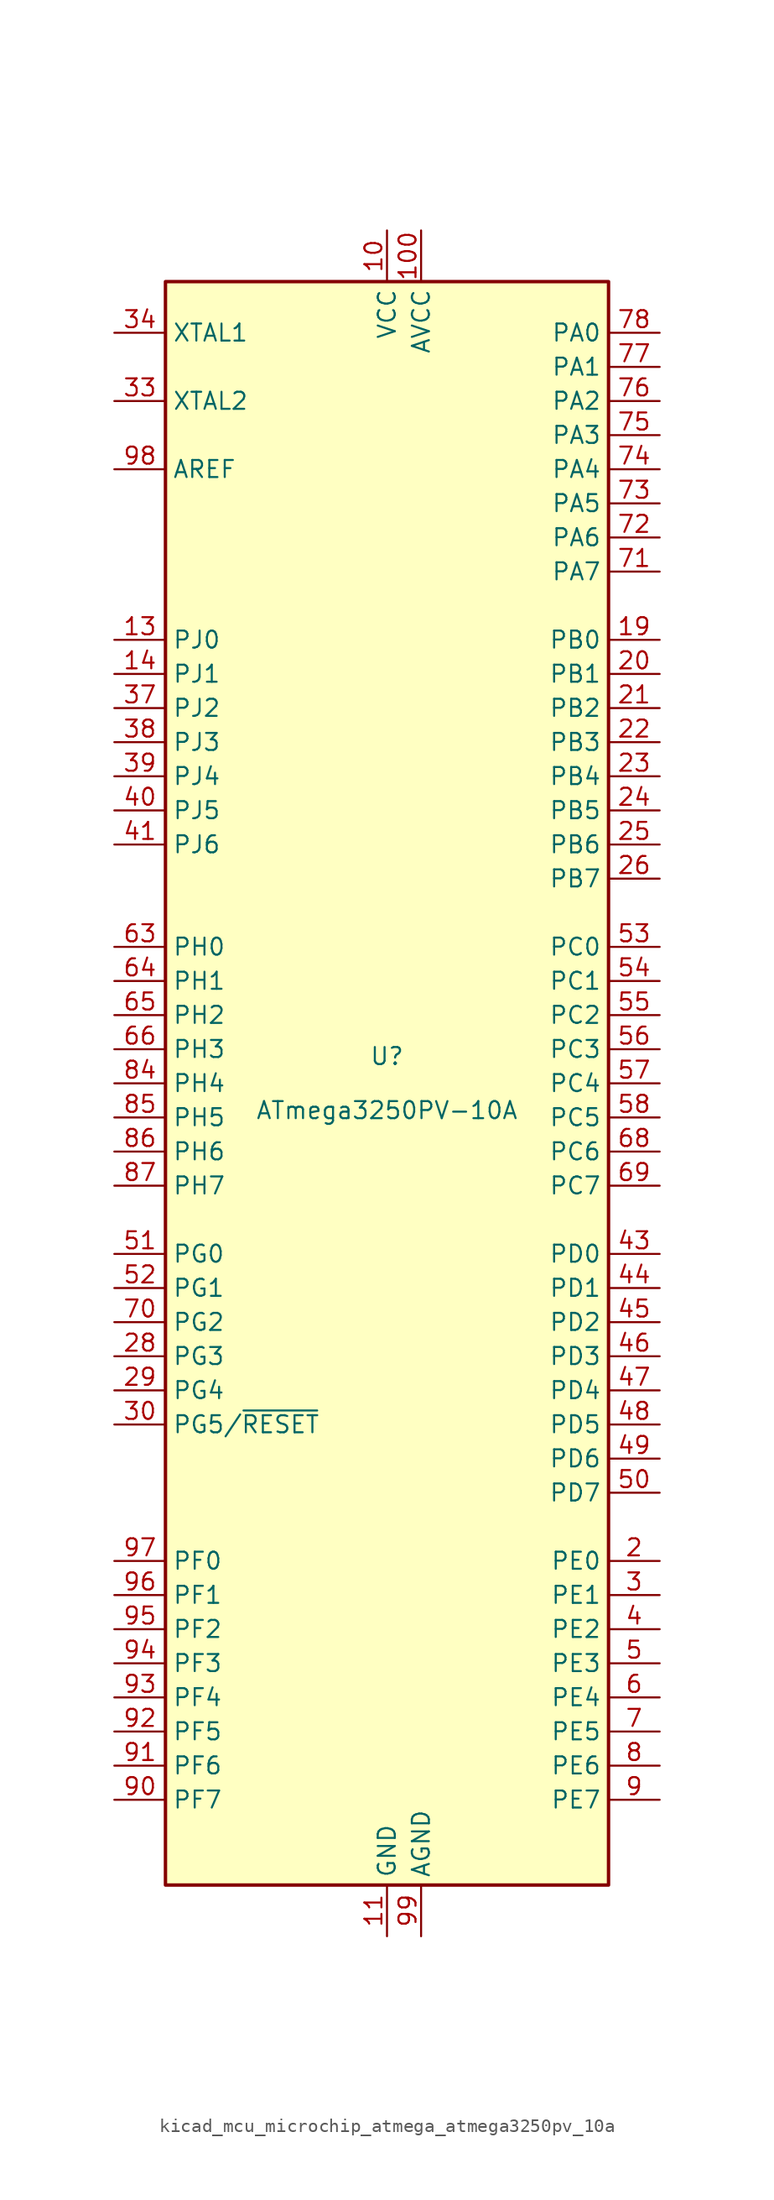
<source format=kicad_sym>
(kicad_symbol_lib
  (version 20220914)
  (generator kicad_symbol_editor)
  (symbol "kicad_mcu_microchip_atmega_atmega3250pv_10a"
    (property "Reference" "U"
      (at 0 1.27 0)
      (effects (font (size 1.27 1.27)) (justify bottom)))
    (property "Value" "ATmega3250PV-10A"
      (at 0 -1.27 0)
      (effects (font (size 1.27 1.27)) (justify top)))
    (symbol "kicad_mcu_microchip_atmega_atmega3250pv_10a_0_1"
      (rectangle (start -16.51 -59.69) (end 16.51 59.69) (stroke (width 0.254) (type default)) (fill (type background))))
    (symbol "kicad_mcu_microchip_atmega_atmega3250pv_10a_1_1"
      (pin no_connect line (at -15.24 40.64 0) (length 2.54) hide (name "NC" (effects (font (size 1.27 1.27)))) (number "1" (effects (font (size 1.27 1.27)))))
      (pin power_in line (at 0 63.5 270) (length 3.81) (name "VCC" (effects (font (size 1.27 1.27)))) (number "10" (effects (font (size 1.27 1.27)))))
      (pin power_in line (at 2.54 63.5 270) (length 3.81) (name "AVCC" (effects (font (size 1.27 1.27)))) (number "100" (effects (font (size 1.27 1.27)))))
      (pin power_in line (at 0 -63.5 90) (length 3.81) (name "GND" (effects (font (size 1.27 1.27)))) (number "11" (effects (font (size 1.27 1.27)))))
      (pin no_connect line (at -15.24 38.1 0) (length 2.54) hide (name "NC" (effects (font (size 1.27 1.27)))) (number "12" (effects (font (size 1.27 1.27)))))
      (pin bidirectional line (at -20.32 33.02 0) (length 3.81) (name "PJ0" (effects (font (size 1.27 1.27)))) (number "13" (effects (font (size 1.27 1.27)))))
      (pin bidirectional line (at -20.32 30.48 0) (length 3.81) (name "PJ1" (effects (font (size 1.27 1.27)))) (number "14" (effects (font (size 1.27 1.27)))))
      (pin no_connect line (at -15.24 35.56 0) (length 2.54) hide (name "NC" (effects (font (size 1.27 1.27)))) (number "15" (effects (font (size 1.27 1.27)))))
      (pin no_connect line (at -15.24 15.24 0) (length 2.54) hide (name "NC" (effects (font (size 1.27 1.27)))) (number "16" (effects (font (size 1.27 1.27)))))
      (pin no_connect line (at -15.24 12.7 0) (length 2.54) hide (name "NC" (effects (font (size 1.27 1.27)))) (number "17" (effects (font (size 1.27 1.27)))))
      (pin no_connect line (at -15.24 -10.16 0) (length 2.54) hide (name "NC" (effects (font (size 1.27 1.27)))) (number "18" (effects (font (size 1.27 1.27)))))
      (pin bidirectional line (at 20.32 33.02 180) (length 3.81) (name "PB0" (effects (font (size 1.27 1.27)))) (number "19" (effects (font (size 1.27 1.27)))))
      (pin bidirectional line (at 20.32 -35.56 180) (length 3.81) (name "PE0" (effects (font (size 1.27 1.27)))) (number "2" (effects (font (size 1.27 1.27)))))
      (pin bidirectional line (at 20.32 30.48 180) (length 3.81) (name "PB1" (effects (font (size 1.27 1.27)))) (number "20" (effects (font (size 1.27 1.27)))))
      (pin bidirectional line (at 20.32 27.94 180) (length 3.81) (name "PB2" (effects (font (size 1.27 1.27)))) (number "21" (effects (font (size 1.27 1.27)))))
      (pin bidirectional line (at 20.32 25.4 180) (length 3.81) (name "PB3" (effects (font (size 1.27 1.27)))) (number "22" (effects (font (size 1.27 1.27)))))
      (pin bidirectional line (at 20.32 22.86 180) (length 3.81) (name "PB4" (effects (font (size 1.27 1.27)))) (number "23" (effects (font (size 1.27 1.27)))))
      (pin bidirectional line (at 20.32 20.32 180) (length 3.81) (name "PB5" (effects (font (size 1.27 1.27)))) (number "24" (effects (font (size 1.27 1.27)))))
      (pin bidirectional line (at 20.32 17.78 180) (length 3.81) (name "PB6" (effects (font (size 1.27 1.27)))) (number "25" (effects (font (size 1.27 1.27)))))
      (pin bidirectional line (at 20.32 15.24 180) (length 3.81) (name "PB7" (effects (font (size 1.27 1.27)))) (number "26" (effects (font (size 1.27 1.27)))))
      (pin no_connect line (at -15.24 -27.94 0) (length 2.54) hide (name "NC" (effects (font (size 1.27 1.27)))) (number "27" (effects (font (size 1.27 1.27)))))
      (pin bidirectional line (at -20.32 -20.32 0) (length 3.81) (name "PG3" (effects (font (size 1.27 1.27)))) (number "28" (effects (font (size 1.27 1.27)))))
      (pin bidirectional line (at -20.32 -22.86 0) (length 3.81) (name "PG4" (effects (font (size 1.27 1.27)))) (number "29" (effects (font (size 1.27 1.27)))))
      (pin bidirectional line (at 20.32 -38.1 180) (length 3.81) (name "PE1" (effects (font (size 1.27 1.27)))) (number "3" (effects (font (size 1.27 1.27)))))
      (pin bidirectional line (at -20.32 -25.4 0) (length 3.81) (name "PG5/~{RESET}" (effects (font (size 1.27 1.27)))) (number "30" (effects (font (size 1.27 1.27)))))
      (pin passive line (at 0 63.5 270) (length 3.81) hide (name "VCC" (effects (font (size 1.27 1.27)))) (number "31" (effects (font (size 1.27 1.27)))))
      (pin passive line (at 0 -63.5 90) (length 3.81) hide (name "GND" (effects (font (size 1.27 1.27)))) (number "32" (effects (font (size 1.27 1.27)))))
      (pin output line (at -20.32 50.8 0) (length 3.81) (name "XTAL2" (effects (font (size 1.27 1.27)))) (number "33" (effects (font (size 1.27 1.27)))))
      (pin input line (at -20.32 55.88 0) (length 3.81) (name "XTAL1" (effects (font (size 1.27 1.27)))) (number "34" (effects (font (size 1.27 1.27)))))
      (pin no_connect line (at -15.24 -30.48 0) (length 2.54) hide (name "NC" (effects (font (size 1.27 1.27)))) (number "35" (effects (font (size 1.27 1.27)))))
      (pin no_connect line (at -15.24 -33.02 0) (length 2.54) hide (name "NC" (effects (font (size 1.27 1.27)))) (number "36" (effects (font (size 1.27 1.27)))))
      (pin bidirectional line (at -20.32 27.94 0) (length 3.81) (name "PJ2" (effects (font (size 1.27 1.27)))) (number "37" (effects (font (size 1.27 1.27)))))
      (pin bidirectional line (at -20.32 25.4 0) (length 3.81) (name "PJ3" (effects (font (size 1.27 1.27)))) (number "38" (effects (font (size 1.27 1.27)))))
      (pin bidirectional line (at -20.32 22.86 0) (length 3.81) (name "PJ4" (effects (font (size 1.27 1.27)))) (number "39" (effects (font (size 1.27 1.27)))))
      (pin bidirectional line (at 20.32 -40.64 180) (length 3.81) (name "PE2" (effects (font (size 1.27 1.27)))) (number "4" (effects (font (size 1.27 1.27)))))
      (pin bidirectional line (at -20.32 20.32 0) (length 3.81) (name "PJ5" (effects (font (size 1.27 1.27)))) (number "40" (effects (font (size 1.27 1.27)))))
      (pin bidirectional line (at -20.32 17.78 0) (length 3.81) (name "PJ6" (effects (font (size 1.27 1.27)))) (number "41" (effects (font (size 1.27 1.27)))))
      (pin no_connect line (at -15.24 -58.42 90) (length 2.54) hide (name "NC" (effects (font (size 1.27 1.27)))) (number "42" (effects (font (size 1.27 1.27)))))
      (pin bidirectional line (at 20.32 -12.7 180) (length 3.81) (name "PD0" (effects (font (size 1.27 1.27)))) (number "43" (effects (font (size 1.27 1.27)))))
      (pin bidirectional line (at 20.32 -15.24 180) (length 3.81) (name "PD1" (effects (font (size 1.27 1.27)))) (number "44" (effects (font (size 1.27 1.27)))))
      (pin bidirectional line (at 20.32 -17.78 180) (length 3.81) (name "PD2" (effects (font (size 1.27 1.27)))) (number "45" (effects (font (size 1.27 1.27)))))
      (pin bidirectional line (at 20.32 -20.32 180) (length 3.81) (name "PD3" (effects (font (size 1.27 1.27)))) (number "46" (effects (font (size 1.27 1.27)))))
      (pin bidirectional line (at 20.32 -22.86 180) (length 3.81) (name "PD4" (effects (font (size 1.27 1.27)))) (number "47" (effects (font (size 1.27 1.27)))))
      (pin bidirectional line (at 20.32 -25.4 180) (length 3.81) (name "PD5" (effects (font (size 1.27 1.27)))) (number "48" (effects (font (size 1.27 1.27)))))
      (pin bidirectional line (at 20.32 -27.94 180) (length 3.81) (name "PD6" (effects (font (size 1.27 1.27)))) (number "49" (effects (font (size 1.27 1.27)))))
      (pin bidirectional line (at 20.32 -43.18 180) (length 3.81) (name "PE3" (effects (font (size 1.27 1.27)))) (number "5" (effects (font (size 1.27 1.27)))))
      (pin bidirectional line (at 20.32 -30.48 180) (length 3.81) (name "PD7" (effects (font (size 1.27 1.27)))) (number "50" (effects (font (size 1.27 1.27)))))
      (pin bidirectional line (at -20.32 -12.7 0) (length 3.81) (name "PG0" (effects (font (size 1.27 1.27)))) (number "51" (effects (font (size 1.27 1.27)))))
      (pin bidirectional line (at -20.32 -15.24 0) (length 3.81) (name "PG1" (effects (font (size 1.27 1.27)))) (number "52" (effects (font (size 1.27 1.27)))))
      (pin bidirectional line (at 20.32 10.16 180) (length 3.81) (name "PC0" (effects (font (size 1.27 1.27)))) (number "53" (effects (font (size 1.27 1.27)))))
      (pin bidirectional line (at 20.32 7.62 180) (length 3.81) (name "PC1" (effects (font (size 1.27 1.27)))) (number "54" (effects (font (size 1.27 1.27)))))
      (pin bidirectional line (at 20.32 5.08 180) (length 3.81) (name "PC2" (effects (font (size 1.27 1.27)))) (number "55" (effects (font (size 1.27 1.27)))))
      (pin bidirectional line (at 20.32 2.54 180) (length 3.81) (name "PC3" (effects (font (size 1.27 1.27)))) (number "56" (effects (font (size 1.27 1.27)))))
      (pin bidirectional line (at 20.32 0 180) (length 3.81) (name "PC4" (effects (font (size 1.27 1.27)))) (number "57" (effects (font (size 1.27 1.27)))))
      (pin bidirectional line (at 20.32 -2.54 180) (length 3.81) (name "PC5" (effects (font (size 1.27 1.27)))) (number "58" (effects (font (size 1.27 1.27)))))
      (pin no_connect line (at -12.7 -58.42 90) (length 2.54) hide (name "NC" (effects (font (size 1.27 1.27)))) (number "59" (effects (font (size 1.27 1.27)))))
      (pin bidirectional line (at 20.32 -45.72 180) (length 3.81) (name "PE4" (effects (font (size 1.27 1.27)))) (number "6" (effects (font (size 1.27 1.27)))))
      (pin no_connect line (at -10.16 -58.42 90) (length 2.54) hide (name "NC" (effects (font (size 1.27 1.27)))) (number "60" (effects (font (size 1.27 1.27)))))
      (pin no_connect line (at -7.62 -58.42 90) (length 2.54) hide (name "NC" (effects (font (size 1.27 1.27)))) (number "61" (effects (font (size 1.27 1.27)))))
      (pin no_connect line (at -5.08 -58.42 90) (length 2.54) hide (name "NC" (effects (font (size 1.27 1.27)))) (number "62" (effects (font (size 1.27 1.27)))))
      (pin bidirectional line (at -20.32 10.16 0) (length 3.81) (name "PH0" (effects (font (size 1.27 1.27)))) (number "63" (effects (font (size 1.27 1.27)))))
      (pin bidirectional line (at -20.32 7.62 0) (length 3.81) (name "PH1" (effects (font (size 1.27 1.27)))) (number "64" (effects (font (size 1.27 1.27)))))
      (pin bidirectional line (at -20.32 5.08 0) (length 3.81) (name "PH2" (effects (font (size 1.27 1.27)))) (number "65" (effects (font (size 1.27 1.27)))))
      (pin bidirectional line (at -20.32 2.54 0) (length 3.81) (name "PH3" (effects (font (size 1.27 1.27)))) (number "66" (effects (font (size 1.27 1.27)))))
      (pin no_connect line (at -2.54 -58.42 90) (length 2.54) hide (name "NC" (effects (font (size 1.27 1.27)))) (number "67" (effects (font (size 1.27 1.27)))))
      (pin bidirectional line (at 20.32 -5.08 180) (length 3.81) (name "PC6" (effects (font (size 1.27 1.27)))) (number "68" (effects (font (size 1.27 1.27)))))
      (pin bidirectional line (at 20.32 -7.62 180) (length 3.81) (name "PC7" (effects (font (size 1.27 1.27)))) (number "69" (effects (font (size 1.27 1.27)))))
      (pin bidirectional line (at 20.32 -48.26 180) (length 3.81) (name "PE5" (effects (font (size 1.27 1.27)))) (number "7" (effects (font (size 1.27 1.27)))))
      (pin bidirectional line (at -20.32 -17.78 0) (length 3.81) (name "PG2" (effects (font (size 1.27 1.27)))) (number "70" (effects (font (size 1.27 1.27)))))
      (pin bidirectional line (at 20.32 38.1 180) (length 3.81) (name "PA7" (effects (font (size 1.27 1.27)))) (number "71" (effects (font (size 1.27 1.27)))))
      (pin bidirectional line (at 20.32 40.64 180) (length 3.81) (name "PA6" (effects (font (size 1.27 1.27)))) (number "72" (effects (font (size 1.27 1.27)))))
      (pin bidirectional line (at 20.32 43.18 180) (length 3.81) (name "PA5" (effects (font (size 1.27 1.27)))) (number "73" (effects (font (size 1.27 1.27)))))
      (pin bidirectional line (at 20.32 45.72 180) (length 3.81) (name "PA4" (effects (font (size 1.27 1.27)))) (number "74" (effects (font (size 1.27 1.27)))))
      (pin bidirectional line (at 20.32 48.26 180) (length 3.81) (name "PA3" (effects (font (size 1.27 1.27)))) (number "75" (effects (font (size 1.27 1.27)))))
      (pin bidirectional line (at 20.32 50.8 180) (length 3.81) (name "PA2" (effects (font (size 1.27 1.27)))) (number "76" (effects (font (size 1.27 1.27)))))
      (pin bidirectional line (at 20.32 53.34 180) (length 3.81) (name "PA1" (effects (font (size 1.27 1.27)))) (number "77" (effects (font (size 1.27 1.27)))))
      (pin bidirectional line (at 20.32 55.88 180) (length 3.81) (name "PA0" (effects (font (size 1.27 1.27)))) (number "78" (effects (font (size 1.27 1.27)))))
      (pin no_connect line (at 5.08 -58.42 90) (length 2.54) hide (name "NC" (effects (font (size 1.27 1.27)))) (number "79" (effects (font (size 1.27 1.27)))))
      (pin bidirectional line (at 20.32 -50.8 180) (length 3.81) (name "PE6" (effects (font (size 1.27 1.27)))) (number "8" (effects (font (size 1.27 1.27)))))
      (pin passive line (at 0 63.5 270) (length 3.81) hide (name "VCC" (effects (font (size 1.27 1.27)))) (number "80" (effects (font (size 1.27 1.27)))))
      (pin passive line (at 0 -63.5 90) (length 3.81) hide (name "GND" (effects (font (size 1.27 1.27)))) (number "81" (effects (font (size 1.27 1.27)))))
      (pin no_connect line (at 7.62 -58.42 90) (length 2.54) hide (name "NC" (effects (font (size 1.27 1.27)))) (number "82" (effects (font (size 1.27 1.27)))))
      (pin no_connect line (at 10.16 -58.42 90) (length 2.54) hide (name "NC" (effects (font (size 1.27 1.27)))) (number "83" (effects (font (size 1.27 1.27)))))
      (pin bidirectional line (at -20.32 0 0) (length 3.81) (name "PH4" (effects (font (size 1.27 1.27)))) (number "84" (effects (font (size 1.27 1.27)))))
      (pin bidirectional line (at -20.32 -2.54 0) (length 3.81) (name "PH5" (effects (font (size 1.27 1.27)))) (number "85" (effects (font (size 1.27 1.27)))))
      (pin bidirectional line (at -20.32 -5.08 0) (length 3.81) (name "PH6" (effects (font (size 1.27 1.27)))) (number "86" (effects (font (size 1.27 1.27)))))
      (pin bidirectional line (at -20.32 -7.62 0) (length 3.81) (name "PH7" (effects (font (size 1.27 1.27)))) (number "87" (effects (font (size 1.27 1.27)))))
      (pin no_connect line (at 12.7 -58.42 90) (length 2.54) hide (name "NC" (effects (font (size 1.27 1.27)))) (number "88" (effects (font (size 1.27 1.27)))))
      (pin no_connect line (at 15.24 -58.42 90) (length 2.54) hide (name "NC" (effects (font (size 1.27 1.27)))) (number "89" (effects (font (size 1.27 1.27)))))
      (pin bidirectional line (at 20.32 -53.34 180) (length 3.81) (name "PE7" (effects (font (size 1.27 1.27)))) (number "9" (effects (font (size 1.27 1.27)))))
      (pin bidirectional line (at -20.32 -53.34 0) (length 3.81) (name "PF7" (effects (font (size 1.27 1.27)))) (number "90" (effects (font (size 1.27 1.27)))))
      (pin bidirectional line (at -20.32 -50.8 0) (length 3.81) (name "PF6" (effects (font (size 1.27 1.27)))) (number "91" (effects (font (size 1.27 1.27)))))
      (pin bidirectional line (at -20.32 -48.26 0) (length 3.81) (name "PF5" (effects (font (size 1.27 1.27)))) (number "92" (effects (font (size 1.27 1.27)))))
      (pin bidirectional line (at -20.32 -45.72 0) (length 3.81) (name "PF4" (effects (font (size 1.27 1.27)))) (number "93" (effects (font (size 1.27 1.27)))))
      (pin bidirectional line (at -20.32 -43.18 0) (length 3.81) (name "PF3" (effects (font (size 1.27 1.27)))) (number "94" (effects (font (size 1.27 1.27)))))
      (pin bidirectional line (at -20.32 -40.64 0) (length 3.81) (name "PF2" (effects (font (size 1.27 1.27)))) (number "95" (effects (font (size 1.27 1.27)))))
      (pin bidirectional line (at -20.32 -38.1 0) (length 3.81) (name "PF1" (effects (font (size 1.27 1.27)))) (number "96" (effects (font (size 1.27 1.27)))))
      (pin bidirectional line (at -20.32 -35.56 0) (length 3.81) (name "PF0" (effects (font (size 1.27 1.27)))) (number "97" (effects (font (size 1.27 1.27)))))
      (pin passive line (at -20.32 45.72 0) (length 3.81) (name "AREF" (effects (font (size 1.27 1.27)))) (number "98" (effects (font (size 1.27 1.27)))))
      (pin power_in line (at 2.54 -63.5 90) (length 3.81) (name "AGND" (effects (font (size 1.27 1.27)))) (number "99" (effects (font (size 1.27 1.27))))))))
</source>
